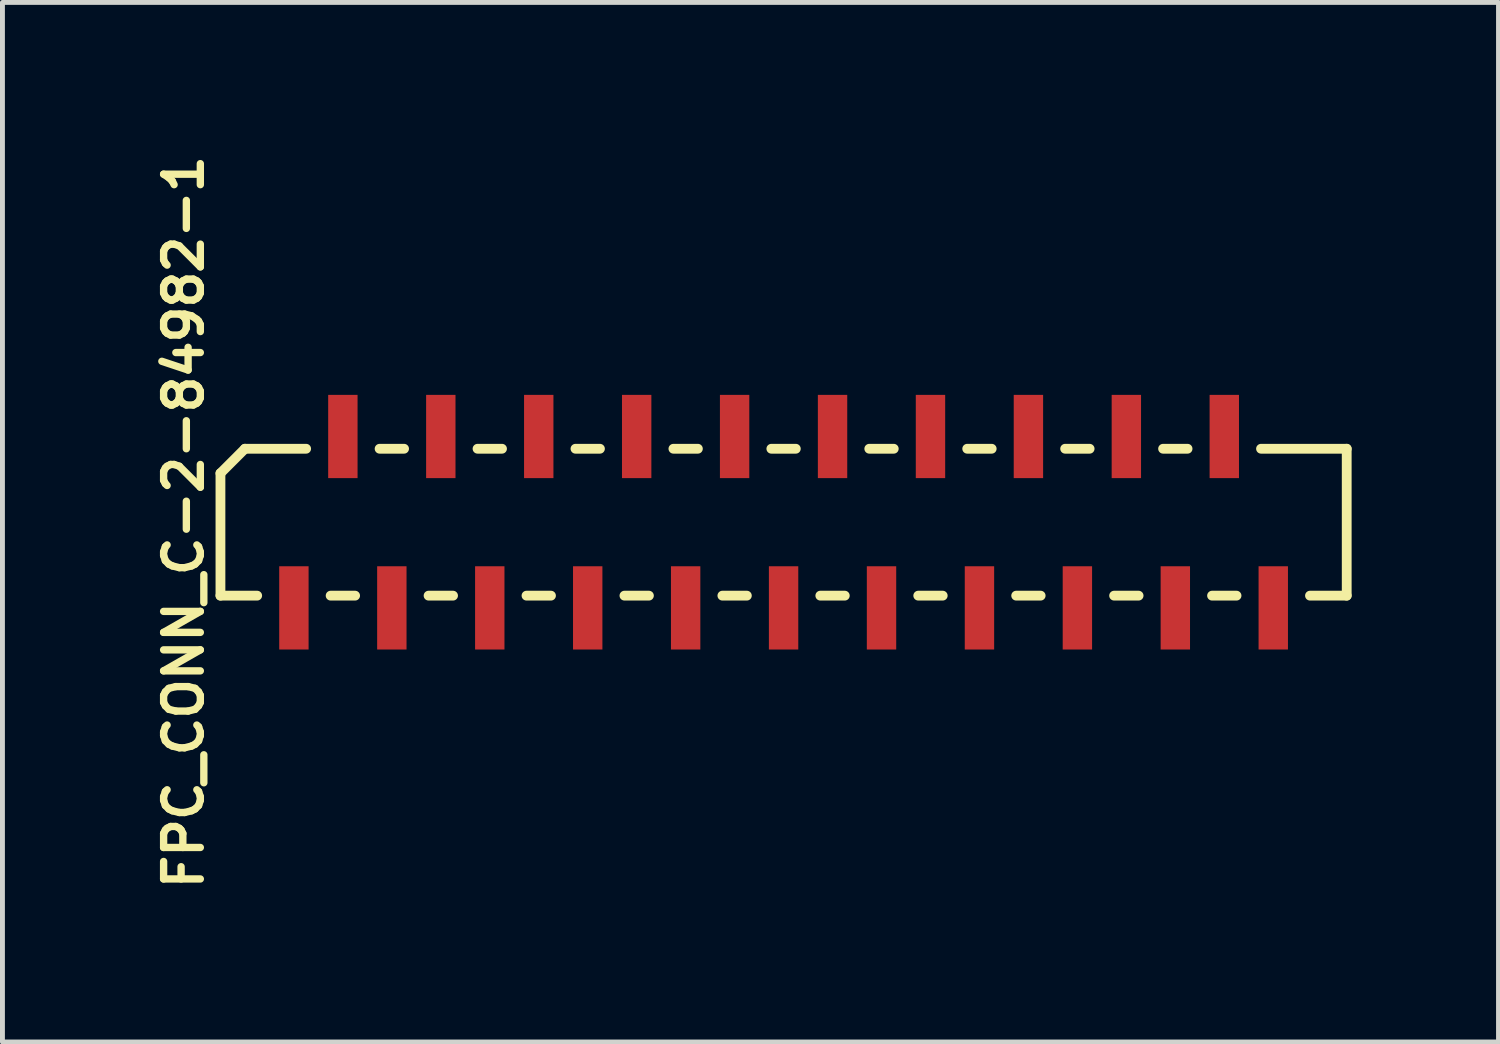
<source format=kicad_pcb>
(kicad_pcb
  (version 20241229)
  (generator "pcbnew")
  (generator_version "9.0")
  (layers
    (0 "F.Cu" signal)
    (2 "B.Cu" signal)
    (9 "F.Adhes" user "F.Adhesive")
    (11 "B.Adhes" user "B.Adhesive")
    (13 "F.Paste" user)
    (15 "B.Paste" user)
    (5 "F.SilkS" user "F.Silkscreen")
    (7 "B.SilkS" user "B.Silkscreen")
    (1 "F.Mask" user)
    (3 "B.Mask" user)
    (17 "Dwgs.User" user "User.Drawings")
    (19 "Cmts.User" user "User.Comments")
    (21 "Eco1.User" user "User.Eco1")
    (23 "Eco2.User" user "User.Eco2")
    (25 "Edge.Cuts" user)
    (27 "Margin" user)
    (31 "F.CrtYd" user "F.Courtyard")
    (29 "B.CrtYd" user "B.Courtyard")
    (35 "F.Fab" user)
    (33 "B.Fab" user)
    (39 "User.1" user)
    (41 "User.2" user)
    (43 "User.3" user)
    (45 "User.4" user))
  (footprint "FPC_CONN_C-2-84982-1"
    (layer "F.Cu")
    (at 12.952 7.614)
    (property "Reference" "FPC_CONN_C-2-84982-1" (at -12.25 0 90) (layer "F.SilkS") (effects (font (size 0.75 0.75) (thickness 0.15))))
    (attr smd)
    (fp_line (start -11.5 -1) (end -11 -1.5) (stroke (width 0.2) (type solid)) (layer "F.SilkS"))
    (fp_line (start -11.5 1.5) (end -11.5 -1) (stroke (width 0.2) (type solid)) (layer "F.SilkS"))
    (fp_line (start -11.5 1.5) (end -10.75 1.5) (stroke (width 0.2) (type solid)) (layer "F.SilkS"))
    (fp_line (start -11 -1.5) (end -9.75 -1.5) (stroke (width 0.2) (type solid)) (layer "F.SilkS"))
    (fp_line (start -9.25 1.5) (end -8.75 1.5) (stroke (width 0.2) (type solid)) (layer "F.SilkS"))
    (fp_line (start -8.25 -1.5) (end -7.75 -1.5) (stroke (width 0.2) (type solid)) (layer "F.SilkS"))
    (fp_line (start -7.25 1.5) (end -6.75 1.5) (stroke (width 0.2) (type solid)) (layer "F.SilkS"))
    (fp_line (start -6.25 -1.5) (end -5.75 -1.5) (stroke (width 0.2) (type solid)) (layer "F.SilkS"))
    (fp_line (start -5.25 1.5) (end -4.75 1.5) (stroke (width 0.2) (type solid)) (layer "F.SilkS"))
    (fp_line (start -4.25 -1.5) (end -3.75 -1.5) (stroke (width 0.2) (type solid)) (layer "F.SilkS"))
    (fp_line (start -3.25 1.5) (end -2.75 1.5) (stroke (width 0.2) (type solid)) (layer "F.SilkS"))
    (fp_line (start -2.25 -1.5) (end -1.75 -1.5) (stroke (width 0.2) (type solid)) (layer "F.SilkS"))
    (fp_line (start -1.25 1.5) (end -0.75 1.5) (stroke (width 0.2) (type solid)) (layer "F.SilkS"))
    (fp_line (start -0.25 -1.5) (end 0.25 -1.5) (stroke (width 0.2) (type solid)) (layer "F.SilkS"))
    (fp_line (start 0.75 1.5) (end 1.25 1.5) (stroke (width 0.2) (type solid)) (layer "F.SilkS"))
    (fp_line (start 1.75 -1.5) (end 2.25 -1.5) (stroke (width 0.2) (type solid)) (layer "F.SilkS"))
    (fp_line (start 2.75 1.5) (end 3.25 1.5) (stroke (width 0.2) (type solid)) (layer "F.SilkS"))
    (fp_line (start 3.75 -1.5) (end 4.25 -1.5) (stroke (width 0.2) (type solid)) (layer "F.SilkS"))
    (fp_line (start 4.75 1.5) (end 5.25 1.5) (stroke (width 0.2) (type solid)) (layer "F.SilkS"))
    (fp_line (start 5.75 -1.5) (end 6.25 -1.5) (stroke (width 0.2) (type solid)) (layer "F.SilkS"))
    (fp_line (start 6.75 1.5) (end 7.25 1.5) (stroke (width 0.2) (type solid)) (layer "F.SilkS"))
    (fp_line (start 7.75 -1.5) (end 8.25 -1.5) (stroke (width 0.2) (type solid)) (layer "F.SilkS"))
    (fp_line (start 8.75 1.5) (end 9.25 1.5) (stroke (width 0.2) (type solid)) (layer "F.SilkS"))
    (fp_line (start 10.75 1.5) (end 11.5 1.5) (stroke (width 0.2) (type solid)) (layer "F.SilkS"))
    (fp_line (start 11.5 -1.5) (end 9.75 -1.5) (stroke (width 0.2) (type solid)) (layer "F.SilkS"))
    (fp_line (start 11.5 1.5) (end 11.5 -1.5) (stroke (width 0.2) (type solid)) (layer "F.SilkS"))
    (pad "1" smd rect (at -10 1.75) (size 0.6 1.7) (layers "F.Cu" "F.Mask" "F.Paste"))
    (pad "2" smd rect (at -9 -1.75) (size 0.6 1.7) (layers "F.Cu" "F.Mask" "F.Paste"))
    (pad "3" smd rect (at -8 1.75) (size 0.6 1.7) (layers "F.Cu" "F.Mask" "F.Paste"))
    (pad "4" smd rect (at -7 -1.75) (size 0.6 1.7) (layers "F.Cu" "F.Mask" "F.Paste"))
    (pad "5" smd rect (at -6 1.75) (size 0.6 1.7) (layers "F.Cu" "F.Mask" "F.Paste"))
    (pad "6" smd rect (at -5 -1.75) (size 0.6 1.7) (layers "F.Cu" "F.Mask" "F.Paste"))
    (pad "7" smd rect (at -4 1.75) (size 0.6 1.7) (layers "F.Cu" "F.Mask" "F.Paste"))
    (pad "8" smd rect (at -3 -1.75) (size 0.6 1.7) (layers "F.Cu" "F.Mask" "F.Paste"))
    (pad "9" smd rect (at -2 1.75) (size 0.6 1.7) (layers "F.Cu" "F.Mask" "F.Paste"))
    (pad "10" smd rect (at -1 -1.75) (size 0.6 1.7) (layers "F.Cu" "F.Mask" "F.Paste"))
    (pad "11" smd rect (at 0 1.75) (size 0.6 1.7) (layers "F.Cu" "F.Mask" "F.Paste"))
    (pad "12" smd rect (at 1 -1.75) (size 0.6 1.7) (layers "F.Cu" "F.Mask" "F.Paste"))
    (pad "13" smd rect (at 2 1.75) (size 0.6 1.7) (layers "F.Cu" "F.Mask" "F.Paste"))
    (pad "14" smd rect (at 3 -1.75) (size 0.6 1.7) (layers "F.Cu" "F.Mask" "F.Paste"))
    (pad "15" smd rect (at 4 1.75) (size 0.6 1.7) (layers "F.Cu" "F.Mask" "F.Paste"))
    (pad "16" smd rect (at 5 -1.75) (size 0.6 1.7) (layers "F.Cu" "F.Mask" "F.Paste"))
    (pad "17" smd rect (at 6 1.75) (size 0.6 1.7) (layers "F.Cu" "F.Mask" "F.Paste"))
    (pad "18" smd rect (at 7 -1.75) (size 0.6 1.7) (layers "F.Cu" "F.Mask" "F.Paste"))
    (pad "19" smd rect (at 8 1.75) (size 0.6 1.7) (layers "F.Cu" "F.Mask" "F.Paste"))
    (pad "20" smd rect (at 9 -1.75) (size 0.6 1.7) (layers "F.Cu" "F.Mask" "F.Paste"))
    (pad "21" smd rect (at 10 1.75) (size 0.6 1.7) (layers "F.Cu" "F.Mask" "F.Paste")))
  (gr_rect
    (start -3 -3)
    (end 27.552 18.229)
    (stroke (width 0.1) (type default))
    (fill no)
    (layer "Edge.Cuts")))
</source>
